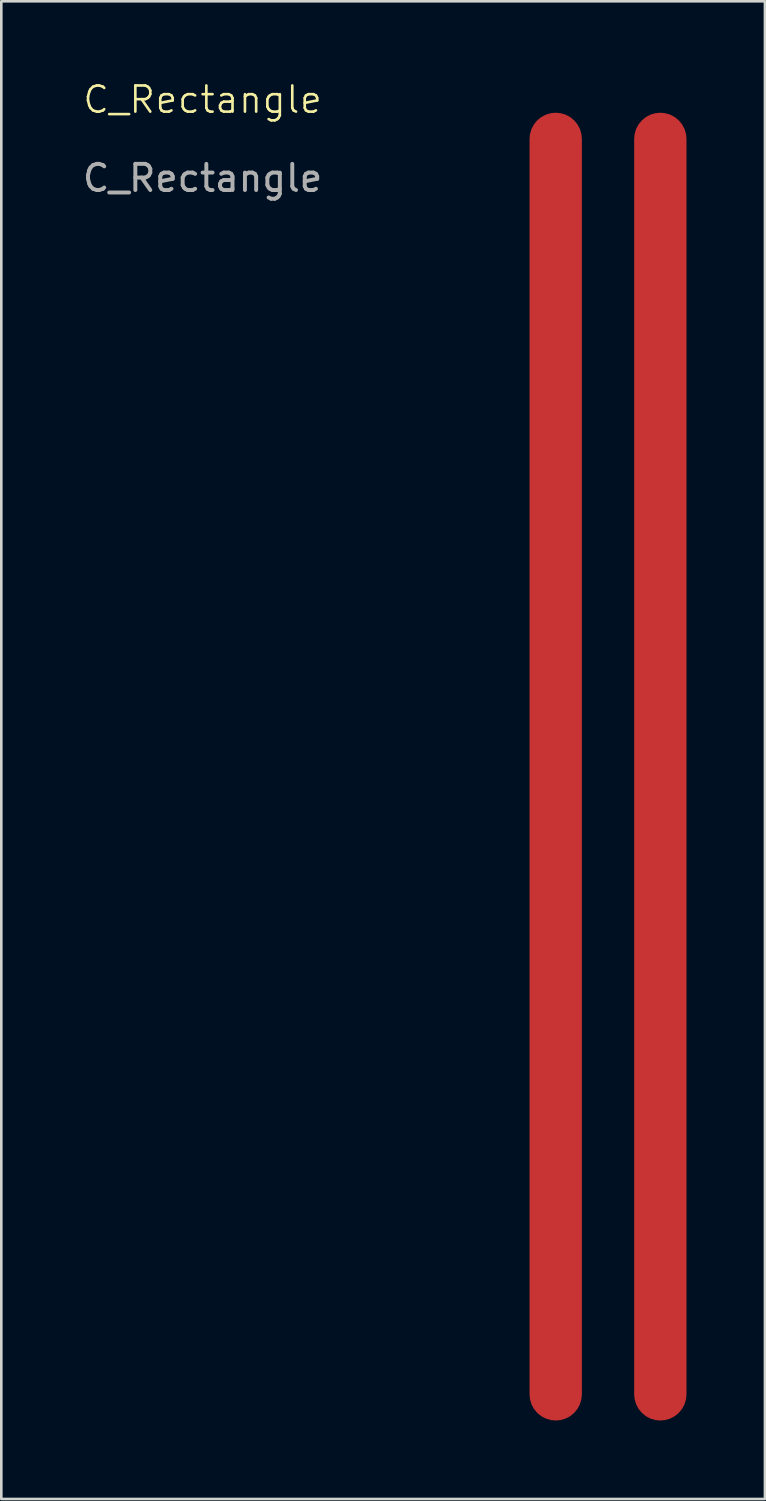
<source format=kicad_pcb>
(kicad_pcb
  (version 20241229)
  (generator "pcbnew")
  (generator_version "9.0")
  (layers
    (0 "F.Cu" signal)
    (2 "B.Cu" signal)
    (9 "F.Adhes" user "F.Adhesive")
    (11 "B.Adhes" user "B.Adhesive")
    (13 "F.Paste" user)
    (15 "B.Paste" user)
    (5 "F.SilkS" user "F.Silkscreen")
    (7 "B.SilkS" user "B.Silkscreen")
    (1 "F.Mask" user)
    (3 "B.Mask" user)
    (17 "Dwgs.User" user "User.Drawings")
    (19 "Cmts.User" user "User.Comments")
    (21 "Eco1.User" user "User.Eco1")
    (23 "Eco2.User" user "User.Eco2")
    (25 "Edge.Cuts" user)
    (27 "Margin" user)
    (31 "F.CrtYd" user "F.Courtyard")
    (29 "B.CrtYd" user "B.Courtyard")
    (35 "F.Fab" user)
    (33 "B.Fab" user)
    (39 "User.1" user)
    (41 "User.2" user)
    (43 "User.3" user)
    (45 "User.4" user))
  (footprint "C_Rectangle"
    (layer "F.Cu")
    (at 20.196 1.26)
    (property "Reference" "C_Rectangle" (at -15.5 -0.5 0) (unlocked yes) (layer "F.SilkS") (effects (font (size 1 1) (thickness 0.1))))
    (attr smd)
    (fp_text user "${REFERENCE}" (at -15.5 2.5 0) (unlocked yes) (layer "F.Fab") (effects (font (size 1 1) (thickness 0.15))))
    (pad "1" smd roundrect (at -2 25) (size 2 50) (layers "F.Cu") (roundrect_rratio 0.5))
    (pad "2" smd roundrect (at 2 25) (size 2 50) (layers "F.Cu") (roundrect_rratio 0.5)))
  (gr_rect
    (start -3 -3)
    (end 26.196 54.261)
    (stroke (width 0.1) (type default))
    (fill no)
    (layer "Edge.Cuts")))
</source>
